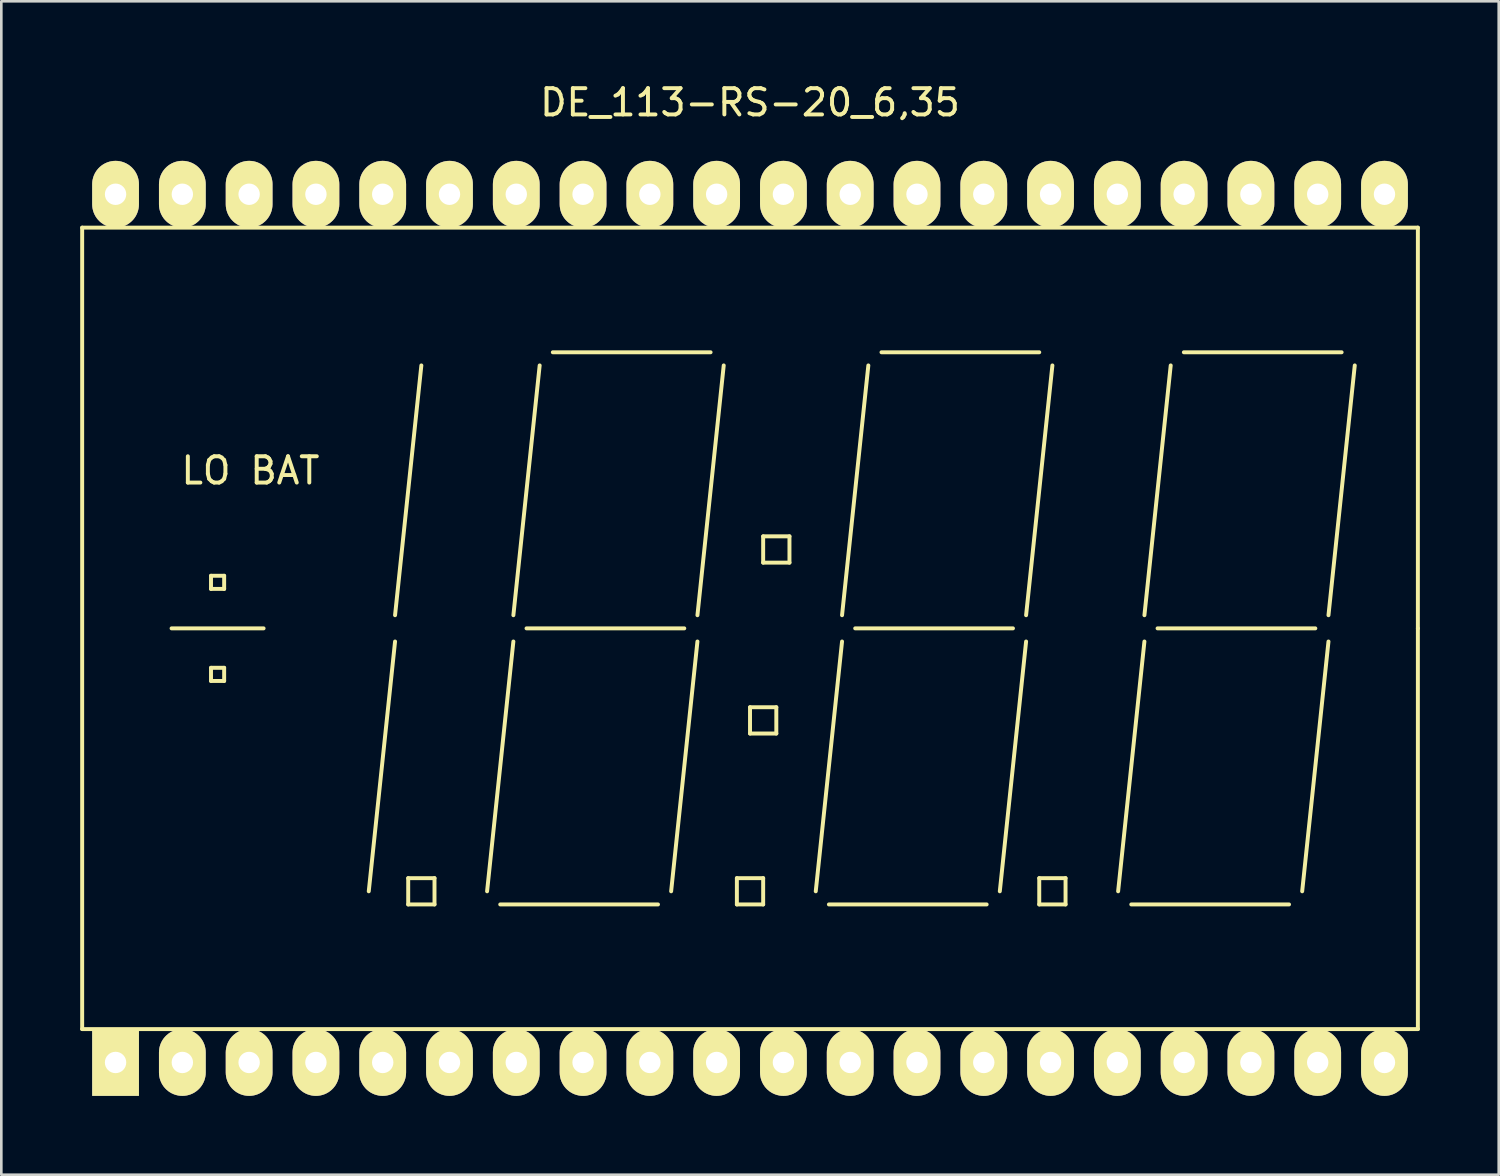
<source format=kicad_pcb>
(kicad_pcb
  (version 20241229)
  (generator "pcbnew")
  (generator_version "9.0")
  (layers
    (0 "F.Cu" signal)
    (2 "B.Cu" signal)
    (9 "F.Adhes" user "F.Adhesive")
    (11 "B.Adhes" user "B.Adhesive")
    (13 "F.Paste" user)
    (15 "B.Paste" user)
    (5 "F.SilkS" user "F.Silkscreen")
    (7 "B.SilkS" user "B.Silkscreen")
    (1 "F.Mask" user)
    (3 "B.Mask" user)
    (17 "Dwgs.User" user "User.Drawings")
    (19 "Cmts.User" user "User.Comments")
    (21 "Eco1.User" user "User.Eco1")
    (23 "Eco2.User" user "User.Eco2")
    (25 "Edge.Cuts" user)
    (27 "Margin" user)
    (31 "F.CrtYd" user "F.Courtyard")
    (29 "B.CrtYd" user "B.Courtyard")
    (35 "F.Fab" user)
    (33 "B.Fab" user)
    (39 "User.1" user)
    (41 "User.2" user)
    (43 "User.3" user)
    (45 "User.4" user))
  (footprint "DE_113-RS-20_6,35"
    (layer "F.Cu")
    (at 25.475 20.848)
    (property "Reference" "DE_113-RS-20_6,35" (at 0 -20 0) (layer "F.SilkS") (effects (font (size 1 1) (thickness 0.15))))
    (attr through_hole)
    (fp_line (start -25.4 -15.24) (end 25.4 -15.24) (stroke (width 0.15) (type solid)) (layer "F.SilkS"))
    (fp_line (start -25.4 15.24) (end -25.4 -15.24) (stroke (width 0.15) (type solid)) (layer "F.SilkS"))
    (fp_line (start -22 0) (end -18.5 0) (stroke (width 0.15) (type solid)) (layer "F.SilkS"))
    (fp_line (start -20.5 -2) (end -20.5 -1.5) (stroke (width 0.15) (type solid)) (layer "F.SilkS"))
    (fp_line (start -20.5 -1.5) (end -20 -1.5) (stroke (width 0.15) (type solid)) (layer "F.SilkS"))
    (fp_line (start -20.5 1.5) (end -20.5 2) (stroke (width 0.15) (type solid)) (layer "F.SilkS"))
    (fp_line (start -20.5 2) (end -20 2) (stroke (width 0.15) (type solid)) (layer "F.SilkS"))
    (fp_line (start -20 -2) (end -20.5 -2) (stroke (width 0.15) (type solid)) (layer "F.SilkS"))
    (fp_line (start -20 -1.5) (end -20 -2) (stroke (width 0.15) (type solid)) (layer "F.SilkS"))
    (fp_line (start -20 1.5) (end -20.5 1.5) (stroke (width 0.15) (type solid)) (layer "F.SilkS"))
    (fp_line (start -20 2) (end -20 1.5) (stroke (width 0.15) (type solid)) (layer "F.SilkS"))
    (fp_line (start -13.5 0.5) (end -14.5 10) (stroke (width 0.15) (type solid)) (layer "F.SilkS"))
    (fp_line (start -13 9.5) (end -12 9.5) (stroke (width 0.15) (type solid)) (layer "F.SilkS"))
    (fp_line (start -13 10.5) (end -13 9.5) (stroke (width 0.15) (type solid)) (layer "F.SilkS"))
    (fp_line (start -12.5 -10) (end -13.5 -0.5) (stroke (width 0.15) (type solid)) (layer "F.SilkS"))
    (fp_line (start -12 9.5) (end -12 10.5) (stroke (width 0.15) (type solid)) (layer "F.SilkS"))
    (fp_line (start -12 10.5) (end -13 10.5) (stroke (width 0.15) (type solid)) (layer "F.SilkS"))
    (fp_line (start -9.5 10.5) (end -3.5 10.5) (stroke (width 0.15) (type solid)) (layer "F.SilkS"))
    (fp_line (start -9 0.5) (end -10 10) (stroke (width 0.15) (type solid)) (layer "F.SilkS"))
    (fp_line (start -8.5 0) (end -2.5 0) (stroke (width 0.15) (type solid)) (layer "F.SilkS"))
    (fp_line (start -8 -10) (end -9 -0.5) (stroke (width 0.15) (type solid)) (layer "F.SilkS"))
    (fp_line (start -7.5 -10.5) (end -1.5 -10.5) (stroke (width 0.15) (type solid)) (layer "F.SilkS"))
    (fp_line (start -2 0.5) (end -3 10) (stroke (width 0.15) (type solid)) (layer "F.SilkS"))
    (fp_line (start -1 -10) (end -2 -0.5) (stroke (width 0.15) (type solid)) (layer "F.SilkS"))
    (fp_line (start -0.5 9.5) (end 0.5 9.5) (stroke (width 0.15) (type solid)) (layer "F.SilkS"))
    (fp_line (start -0.5 10.5) (end -0.5 9.5) (stroke (width 0.15) (type solid)) (layer "F.SilkS"))
    (fp_line (start 0 3) (end 1 3) (stroke (width 0.15) (type solid)) (layer "F.SilkS"))
    (fp_line (start 0 4) (end 0 3) (stroke (width 0.15) (type solid)) (layer "F.SilkS"))
    (fp_line (start 0.5 -3.5) (end 0.5 -2.5) (stroke (width 0.15) (type solid)) (layer "F.SilkS"))
    (fp_line (start 0.5 -2.5) (end 1.5 -2.5) (stroke (width 0.15) (type solid)) (layer "F.SilkS"))
    (fp_line (start 0.5 9.5) (end 0.5 10.5) (stroke (width 0.15) (type solid)) (layer "F.SilkS"))
    (fp_line (start 0.5 10.5) (end -0.5 10.5) (stroke (width 0.15) (type solid)) (layer "F.SilkS"))
    (fp_line (start 1 3) (end 1 4) (stroke (width 0.15) (type solid)) (layer "F.SilkS"))
    (fp_line (start 1 4) (end 0 4) (stroke (width 0.15) (type solid)) (layer "F.SilkS"))
    (fp_line (start 1.5 -3.5) (end 0.5 -3.5) (stroke (width 0.15) (type solid)) (layer "F.SilkS"))
    (fp_line (start 1.5 -2.5) (end 1.5 -3.5) (stroke (width 0.15) (type solid)) (layer "F.SilkS"))
    (fp_line (start 3 10.5) (end 9 10.5) (stroke (width 0.15) (type solid)) (layer "F.SilkS"))
    (fp_line (start 3.5 0.5) (end 2.5 10) (stroke (width 0.15) (type solid)) (layer "F.SilkS"))
    (fp_line (start 4 0) (end 10 0) (stroke (width 0.15) (type solid)) (layer "F.SilkS"))
    (fp_line (start 4.5 -10) (end 3.5 -0.5) (stroke (width 0.15) (type solid)) (layer "F.SilkS"))
    (fp_line (start 5 -10.5) (end 11 -10.5) (stroke (width 0.15) (type solid)) (layer "F.SilkS"))
    (fp_line (start 10.5 0.5) (end 9.5 10) (stroke (width 0.15) (type solid)) (layer "F.SilkS"))
    (fp_line (start 11 9.5) (end 12 9.5) (stroke (width 0.15) (type solid)) (layer "F.SilkS"))
    (fp_line (start 11 10.5) (end 11 9.5) (stroke (width 0.15) (type solid)) (layer "F.SilkS"))
    (fp_line (start 11.5 -10) (end 10.5 -0.5) (stroke (width 0.15) (type solid)) (layer "F.SilkS"))
    (fp_line (start 12 9.5) (end 12 10.5) (stroke (width 0.15) (type solid)) (layer "F.SilkS"))
    (fp_line (start 12 10.5) (end 11 10.5) (stroke (width 0.15) (type solid)) (layer "F.SilkS"))
    (fp_line (start 14.5 10.5) (end 20.5 10.5) (stroke (width 0.15) (type solid)) (layer "F.SilkS"))
    (fp_line (start 15 0.5) (end 14 10) (stroke (width 0.15) (type solid)) (layer "F.SilkS"))
    (fp_line (start 15.5 0) (end 21.5 0) (stroke (width 0.15) (type solid)) (layer "F.SilkS"))
    (fp_line (start 16 -10) (end 15 -0.5) (stroke (width 0.15) (type solid)) (layer "F.SilkS"))
    (fp_line (start 16.5 -10.5) (end 22.5 -10.5) (stroke (width 0.15) (type solid)) (layer "F.SilkS"))
    (fp_line (start 22 0.5) (end 21 10) (stroke (width 0.15) (type solid)) (layer "F.SilkS"))
    (fp_line (start 23 -10) (end 22 -0.5) (stroke (width 0.15) (type solid)) (layer "F.SilkS"))
    (fp_line (start 25.4 -15.24) (end 25.4 0) (stroke (width 0.15) (type solid)) (layer "F.SilkS"))
    (fp_line (start 25.4 0) (end 25.4 15.24) (stroke (width 0.15) (type solid)) (layer "F.SilkS"))
    (fp_line (start 25.4 15.24) (end -25.4 15.24) (stroke (width 0.15) (type solid)) (layer "F.SilkS"))
    (fp_text user "LO BAT" (at -19 -6 0) (layer "F.SilkS") (effects (font (size 1 1) (thickness 0.15))))
    (pad "1" thru_hole rect (at -24.13 16.51) (size 1.778 2.54) (drill 0.813) (layers "*.Cu" "*.Mask" "F.SilkS"))
    (pad "2" thru_hole oval (at -21.59 16.51) (size 1.778 2.54) (drill 0.813) (layers "*.Cu" "*.Mask" "F.SilkS"))
    (pad "3" thru_hole oval (at -19.05 16.51) (size 1.778 2.54) (drill 0.813) (layers "*.Cu" "*.Mask" "F.SilkS"))
    (pad "4" thru_hole oval (at -16.51 16.51) (size 1.778 2.54) (drill 0.813) (layers "*.Cu" "*.Mask" "F.SilkS"))
    (pad "5" thru_hole oval (at -13.97 16.51) (size 1.778 2.54) (drill 0.813) (layers "*.Cu" "*.Mask" "F.SilkS"))
    (pad "6" thru_hole oval (at -11.43 16.51) (size 1.778 2.54) (drill 0.813) (layers "*.Cu" "*.Mask" "F.SilkS"))
    (pad "7" thru_hole oval (at -8.89 16.51) (size 1.778 2.54) (drill 0.813) (layers "*.Cu" "*.Mask" "F.SilkS"))
    (pad "8" thru_hole oval (at -6.35 16.51) (size 1.778 2.54) (drill 0.813) (layers "*.Cu" "*.Mask" "F.SilkS"))
    (pad "9" thru_hole oval (at -3.81 16.51) (size 1.778 2.54) (drill 0.813) (layers "*.Cu" "*.Mask" "F.SilkS"))
    (pad "10" thru_hole oval (at -1.27 16.51) (size 1.778 2.54) (drill 0.813) (layers "*.Cu" "*.Mask" "F.SilkS"))
    (pad "11" thru_hole oval (at 1.27 16.51) (size 1.778 2.54) (drill 0.813) (layers "*.Cu" "*.Mask" "F.SilkS"))
    (pad "12" thru_hole oval (at 3.81 16.51) (size 1.778 2.54) (drill 0.813) (layers "*.Cu" "*.Mask" "F.SilkS"))
    (pad "13" thru_hole oval (at 6.35 16.51) (size 1.778 2.54) (drill 0.813) (layers "*.Cu" "*.Mask" "F.SilkS"))
    (pad "14" thru_hole oval (at 8.89 16.51) (size 1.778 2.54) (drill 0.813) (layers "*.Cu" "*.Mask" "F.SilkS"))
    (pad "15" thru_hole oval (at 11.43 16.51) (size 1.778 2.54) (drill 0.813) (layers "*.Cu" "*.Mask" "F.SilkS"))
    (pad "16" thru_hole oval (at 13.97 16.51) (size 1.778 2.54) (drill 0.813) (layers "*.Cu" "*.Mask" "F.SilkS"))
    (pad "17" thru_hole oval (at 16.51 16.51) (size 1.778 2.54) (drill 0.813) (layers "*.Cu" "*.Mask" "F.SilkS"))
    (pad "18" thru_hole oval (at 19.05 16.51) (size 1.778 2.54) (drill 0.813) (layers "*.Cu" "*.Mask" "F.SilkS"))
    (pad "19" thru_hole oval (at 21.59 16.51) (size 1.778 2.54) (drill 0.813) (layers "*.Cu" "*.Mask" "F.SilkS"))
    (pad "20" thru_hole oval (at 24.13 16.51) (size 1.778 2.54) (drill 0.813) (layers "*.Cu" "*.Mask" "F.SilkS"))
    (pad "21" thru_hole oval (at 24.13 -16.51) (size 1.778 2.54) (drill 0.813) (layers "*.Cu" "*.Mask" "F.SilkS"))
    (pad "22" thru_hole oval (at 21.59 -16.51) (size 1.778 2.54) (drill 0.813) (layers "*.Cu" "*.Mask" "F.SilkS"))
    (pad "23" thru_hole oval (at 19.05 -16.51) (size 1.778 2.54) (drill 0.813) (layers "*.Cu" "*.Mask" "F.SilkS"))
    (pad "24" thru_hole oval (at 16.51 -16.51) (size 1.778 2.54) (drill 0.813) (layers "*.Cu" "*.Mask" "F.SilkS"))
    (pad "25" thru_hole oval (at 13.97 -16.51) (size 1.778 2.54) (drill 0.813) (layers "*.Cu" "*.Mask" "F.SilkS"))
    (pad "26" thru_hole oval (at 11.43 -16.51) (size 1.778 2.54) (drill 0.813) (layers "*.Cu" "*.Mask" "F.SilkS"))
    (pad "27" thru_hole oval (at 8.89 -16.51) (size 1.778 2.54) (drill 0.813) (layers "*.Cu" "*.Mask" "F.SilkS"))
    (pad "28" thru_hole oval (at 6.35 -16.51) (size 1.778 2.54) (drill 0.813) (layers "*.Cu" "*.Mask" "F.SilkS"))
    (pad "29" thru_hole oval (at 3.81 -16.51) (size 1.778 2.54) (drill 0.813) (layers "*.Cu" "*.Mask" "F.SilkS"))
    (pad "30" thru_hole oval (at 1.27 -16.51) (size 1.778 2.54) (drill 0.813) (layers "*.Cu" "*.Mask" "F.SilkS"))
    (pad "31" thru_hole oval (at -1.27 -16.51) (size 1.778 2.54) (drill 0.813) (layers "*.Cu" "*.Mask" "F.SilkS"))
    (pad "32" thru_hole oval (at -3.81 -16.51) (size 1.778 2.54) (drill 0.813) (layers "*.Cu" "*.Mask" "F.SilkS"))
    (pad "33" thru_hole oval (at -6.35 -16.51) (size 1.778 2.54) (drill 0.813) (layers "*.Cu" "*.Mask" "F.SilkS"))
    (pad "34" thru_hole oval (at -8.89 -16.51) (size 1.778 2.54) (drill 0.813) (layers "*.Cu" "*.Mask" "F.SilkS"))
    (pad "35" thru_hole oval (at -11.43 -16.51) (size 1.778 2.54) (drill 0.813) (layers "*.Cu" "*.Mask" "F.SilkS"))
    (pad "36" thru_hole oval (at -13.97 -16.51) (size 1.778 2.54) (drill 0.813) (layers "*.Cu" "*.Mask" "F.SilkS"))
    (pad "37" thru_hole oval (at -16.51 -16.51) (size 1.778 2.54) (drill 0.813) (layers "*.Cu" "*.Mask" "F.SilkS"))
    (pad "38" thru_hole oval (at -19.05 -16.51) (size 1.778 2.54) (drill 0.813) (layers "*.Cu" "*.Mask" "F.SilkS"))
    (pad "39" thru_hole oval (at -21.59 -16.51) (size 1.778 2.54) (drill 0.813) (layers "*.Cu" "*.Mask" "F.SilkS"))
    (pad "40" thru_hole oval (at -24.13 -16.51) (size 1.778 2.54) (drill 0.813) (layers "*.Cu" "*.Mask" "F.SilkS")))
  (gr_rect
    (start -3 -3)
    (end 53.95 41.628)
    (stroke (width 0.1) (type default))
    (fill no)
    (layer "Edge.Cuts")))
</source>
